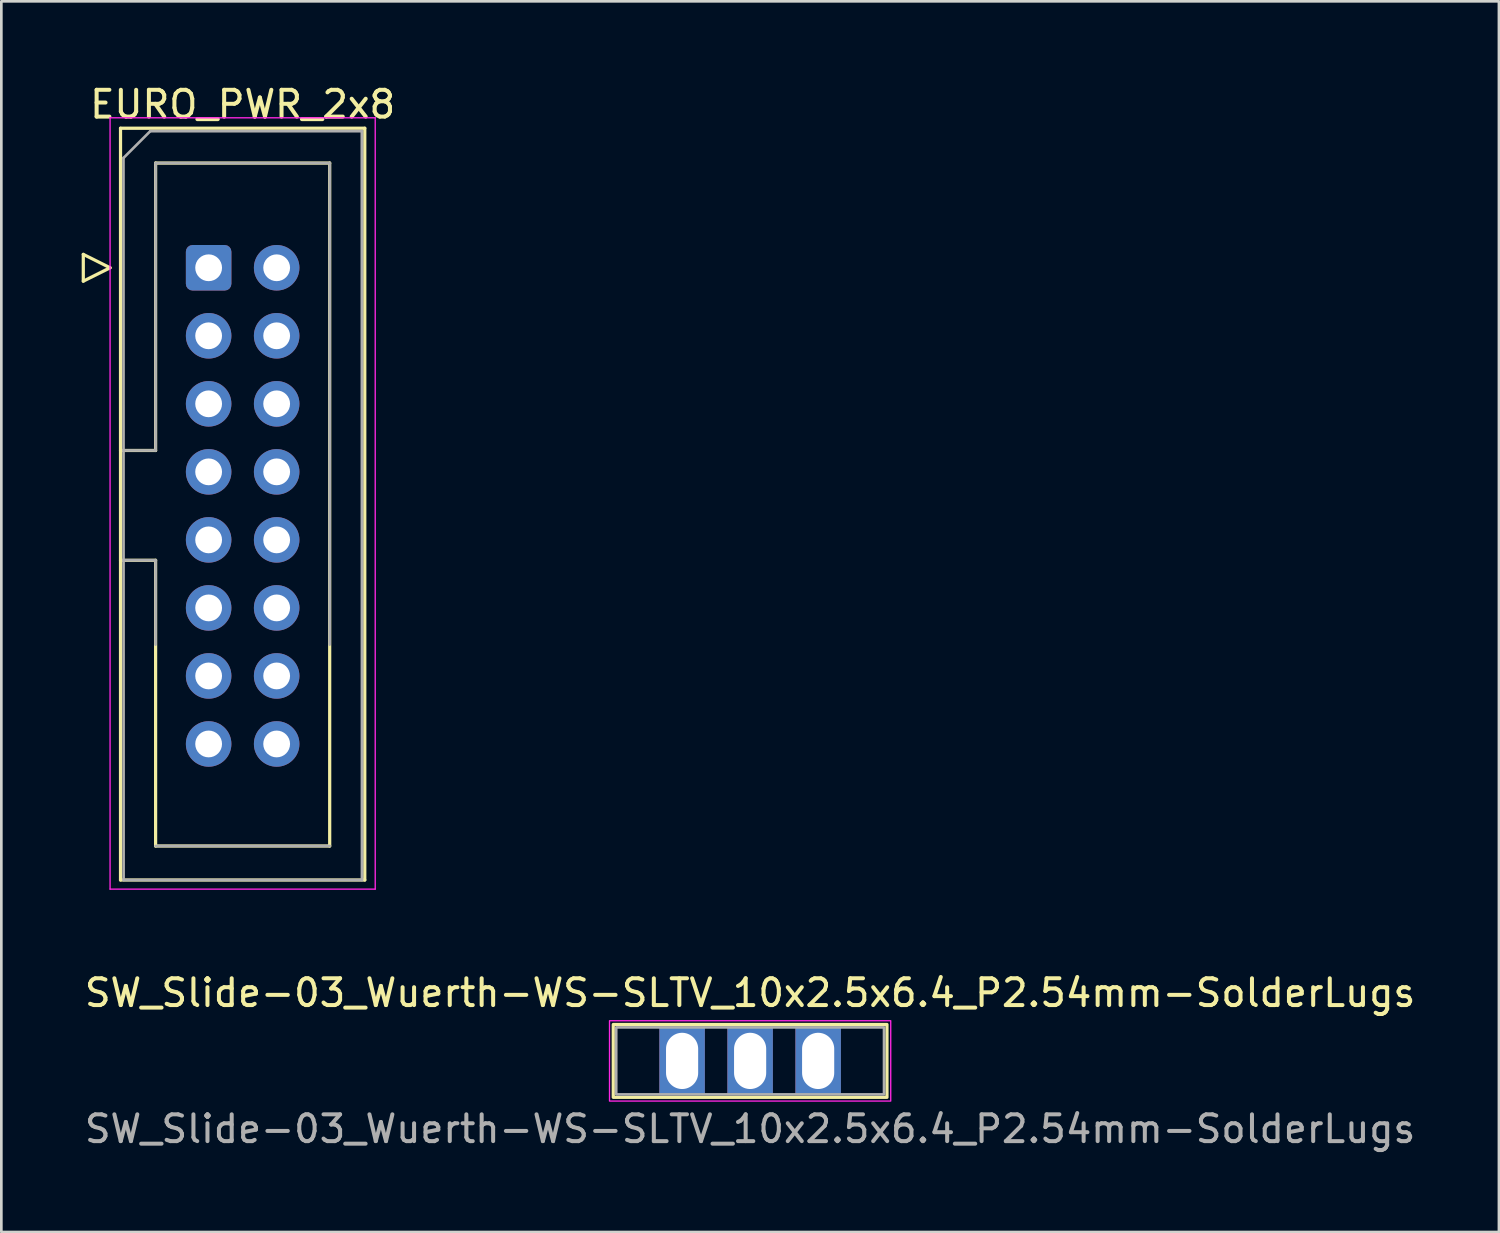
<source format=kicad_pcb>
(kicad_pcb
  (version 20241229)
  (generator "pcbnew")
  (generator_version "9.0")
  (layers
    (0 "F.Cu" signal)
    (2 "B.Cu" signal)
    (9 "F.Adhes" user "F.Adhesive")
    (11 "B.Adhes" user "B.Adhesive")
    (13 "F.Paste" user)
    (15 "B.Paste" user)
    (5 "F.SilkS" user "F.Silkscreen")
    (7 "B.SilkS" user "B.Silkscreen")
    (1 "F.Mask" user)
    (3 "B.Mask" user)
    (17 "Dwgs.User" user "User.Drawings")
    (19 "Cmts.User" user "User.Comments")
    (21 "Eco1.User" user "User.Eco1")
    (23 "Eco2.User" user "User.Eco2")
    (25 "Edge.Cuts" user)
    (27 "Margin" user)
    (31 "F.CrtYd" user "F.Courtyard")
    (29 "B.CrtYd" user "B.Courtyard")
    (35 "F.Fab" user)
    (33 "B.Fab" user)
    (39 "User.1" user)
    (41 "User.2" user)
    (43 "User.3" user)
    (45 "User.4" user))
  (footprint "EURO_PWR_2x8"
    (layer "F.Cu")
    (at 4.74 6.948)
    (property "Reference" "EURO_PWR_2x8" (at 1.27 -6.1 180) (layer "F.SilkS") (effects (font (size 1 1) (thickness 0.15))))
    (attr through_hole)
    (fp_line (start -4.68 -0.5) (end -4.68 0.5) (stroke (width 0.12) (type solid)) (layer "F.SilkS"))
    (fp_line (start -4.68 0.5) (end -3.68 0) (stroke (width 0.12) (type solid)) (layer "F.SilkS"))
    (fp_line (start -3.68 0) (end -4.68 -0.5) (stroke (width 0.12) (type solid)) (layer "F.SilkS"))
    (fp_line (start -3.29 -5.21) (end 5.83 -5.21) (stroke (width 0.12) (type solid)) (layer "F.SilkS"))
    (fp_line (start -3.29 6.822) (end -1.98 6.822) (stroke (width 0.12) (type solid)) (layer "F.SilkS"))
    (fp_line (start -3.29 22.86) (end -3.29 -5.21) (stroke (width 0.12) (type solid)) (layer "F.SilkS"))
    (fp_line (start -1.98 -3.91) (end 4.52 -3.91) (stroke (width 0.12) (type solid)) (layer "F.SilkS"))
    (fp_line (start -1.98 6.822) (end -1.98 -3.91) (stroke (width 0.12) (type solid)) (layer "F.SilkS"))
    (fp_line (start -1.98 10.922) (end -3.29 10.922) (stroke (width 0.12) (type solid)) (layer "F.SilkS"))
    (fp_line (start -1.98 21.59) (end -1.98 10.922) (stroke (width 0.12) (type solid)) (layer "F.SilkS"))
    (fp_line (start 4.52 -3.91) (end 4.52 21.59) (stroke (width 0.12) (type solid)) (layer "F.SilkS"))
    (fp_line (start 4.52 21.59) (end -1.98 21.59) (stroke (width 0.12) (type solid)) (layer "F.SilkS"))
    (fp_line (start 5.83 -5.21) (end 5.83 22.86) (stroke (width 0.12) (type solid)) (layer "F.SilkS"))
    (fp_line (start 5.83 22.86) (end -3.29 22.86) (stroke (width 0.12) (type solid)) (layer "F.SilkS"))
    (fp_line (start -3.68 -5.6) (end -3.68 23.2) (stroke (width 0.05) (type solid)) (layer "F.CrtYd"))
    (fp_line (start 6.22 -5.6) (end -3.68 -5.6) (stroke (width 0.05) (type solid)) (layer "F.CrtYd"))
    (fp_line (start 6.22 23.2) (end -3.68 23.2) (stroke (width 0.05) (type solid)) (layer "F.CrtYd"))
    (fp_line (start 6.22 23.2) (end 6.22 -5.6) (stroke (width 0.05) (type solid)) (layer "F.CrtYd"))
    (fp_line (start -3.18 -4.1) (end -2.18 -5.1) (stroke (width 0.1) (type solid)) (layer "F.Fab"))
    (fp_line (start -3.18 6.822) (end -1.98 6.822) (stroke (width 0.1) (type solid)) (layer "F.Fab"))
    (fp_line (start -3.175 22.86) (end -3.18 -4.1) (stroke (width 0.1) (type solid)) (layer "F.Fab"))
    (fp_line (start -2.18 -5.1) (end 5.72 -5.1) (stroke (width 0.1) (type solid)) (layer "F.Fab"))
    (fp_line (start -1.98 -3.91) (end 4.52 -3.91) (stroke (width 0.1) (type solid)) (layer "F.Fab"))
    (fp_line (start -1.98 6.822) (end -1.98 -3.91) (stroke (width 0.1) (type solid)) (layer "F.Fab"))
    (fp_line (start -1.98 10.922) (end -3.18 10.922) (stroke (width 0.1) (type solid)) (layer "F.Fab"))
    (fp_line (start -1.98 14.07) (end -1.98 10.922) (stroke (width 0.1) (type solid)) (layer "F.Fab"))
    (fp_line (start 4.52 -3.91) (end 4.52 14.07) (stroke (width 0.1) (type solid)) (layer "F.Fab"))
    (fp_line (start 4.52 21.59) (end -1.98 21.59) (stroke (width 0.1) (type solid)) (layer "F.Fab"))
    (fp_line (start 5.72 -5.1) (end 5.725 22.86) (stroke (width 0.1) (type solid)) (layer "F.Fab"))
    (fp_line (start 5.725 22.86) (end -3.175 22.86) (stroke (width 0.1) (type solid)) (layer "F.Fab"))
    (pad "1" thru_hole roundrect (at 0 0) (size 1.7 1.7) (drill 1) (layers "*.Cu" "*.Mask") (roundrect_rratio 0.147))
    (pad "2" thru_hole circle (at 2.54 0) (size 1.7 1.7) (drill 1) (layers "*.Cu" "*.Mask"))
    (pad "3" thru_hole circle (at 0 2.54) (size 1.7 1.7) (drill 1) (layers "*.Cu" "*.Mask"))
    (pad "4" thru_hole circle (at 2.54 2.54) (size 1.7 1.7) (drill 1) (layers "*.Cu" "*.Mask"))
    (pad "5" thru_hole circle (at 0 5.08) (size 1.7 1.7) (drill 1) (layers "*.Cu" "*.Mask"))
    (pad "6" thru_hole circle (at 2.54 5.08) (size 1.7 1.7) (drill 1) (layers "*.Cu" "*.Mask"))
    (pad "7" thru_hole circle (at 0 7.62) (size 1.7 1.7) (drill 1) (layers "*.Cu" "*.Mask"))
    (pad "8" thru_hole circle (at 2.54 7.62) (size 1.7 1.7) (drill 1) (layers "*.Cu" "*.Mask"))
    (pad "9" thru_hole circle (at 0 10.16) (size 1.7 1.7) (drill 1) (layers "*.Cu" "*.Mask"))
    (pad "10" thru_hole circle (at 2.54 10.16) (size 1.7 1.7) (drill 1) (layers "*.Cu" "*.Mask"))
    (pad "11" thru_hole circle (at 0 12.7) (size 1.7 1.7) (drill 1) (layers "*.Cu" "*.Mask"))
    (pad "12" thru_hole circle (at 2.54 12.7) (size 1.7 1.7) (drill 1) (layers "*.Cu" "*.Mask"))
    (pad "13" thru_hole circle (at 0 15.24) (size 1.7 1.7) (drill 1) (layers "*.Cu" "*.Mask"))
    (pad "14" thru_hole circle (at 2.54 15.24) (size 1.7 1.7) (drill 1) (layers "*.Cu" "*.Mask"))
    (pad "15" thru_hole circle (at 0 17.78) (size 1.7 1.7) (drill 1) (layers "*.Cu" "*.Mask"))
    (pad "16" thru_hole circle (at 2.54 17.78) (size 1.7 1.7) (drill 1) (layers "*.Cu" "*.Mask")))
  (footprint "SW_Slide-03_Wuerth-WS-SLTV_10x2.5x6.4_P2.54mm-SolderLugs"
    (layer "F.Cu")
    (at 24.958 36.562)
    (property "Reference" "SW_Slide-03_Wuerth-WS-SLTV_10x2.5x6.4_P2.54mm-SolderLugs" (at 0 -2.54 0) (layer "F.SilkS") (effects (font (size 1 1) (thickness 0.15))))
    (attr through_hole)
    (fp_rect (start -5.11 -1.36) (end 5.11 1.36) (stroke (width 0.12) (type default)) (fill no) (layer "F.SilkS"))
    (fp_rect (start -5.25 -1.5) (end 5.25 1.5) (stroke (width 0.05) (type default)) (fill no) (layer "F.CrtYd"))
    (fp_rect (start -5 -1.25) (end 5 1.25) (stroke (width 0.1) (type default)) (fill no) (layer "F.Fab"))
    (fp_text user "${REFERENCE}" (at 0 2.54 0) (layer "F.Fab") (effects (font (size 1 1) (thickness 0.15))))
    (pad "1" thru_hole rect (at 0 0) (size 1.7 2.54) (drill oval 1.2 2.1) (layers "*.Cu" "*.Mask"))
    (pad "2" thru_hole rect (at -2.54 0) (size 1.7 2.54) (drill oval 1.2 2.1) (layers "*.Cu" "*.Mask"))
    (pad "3" thru_hole rect (at 2.54 0) (size 1.7 2.54) (drill oval 1.2 2.1) (layers "*.Cu" "*.Mask")))
  (gr_rect
    (start -3 -3)
    (end 52.917 42.95)
    (stroke (width 0.1) (type default))
    (fill no)
    (layer "Edge.Cuts")))
</source>
